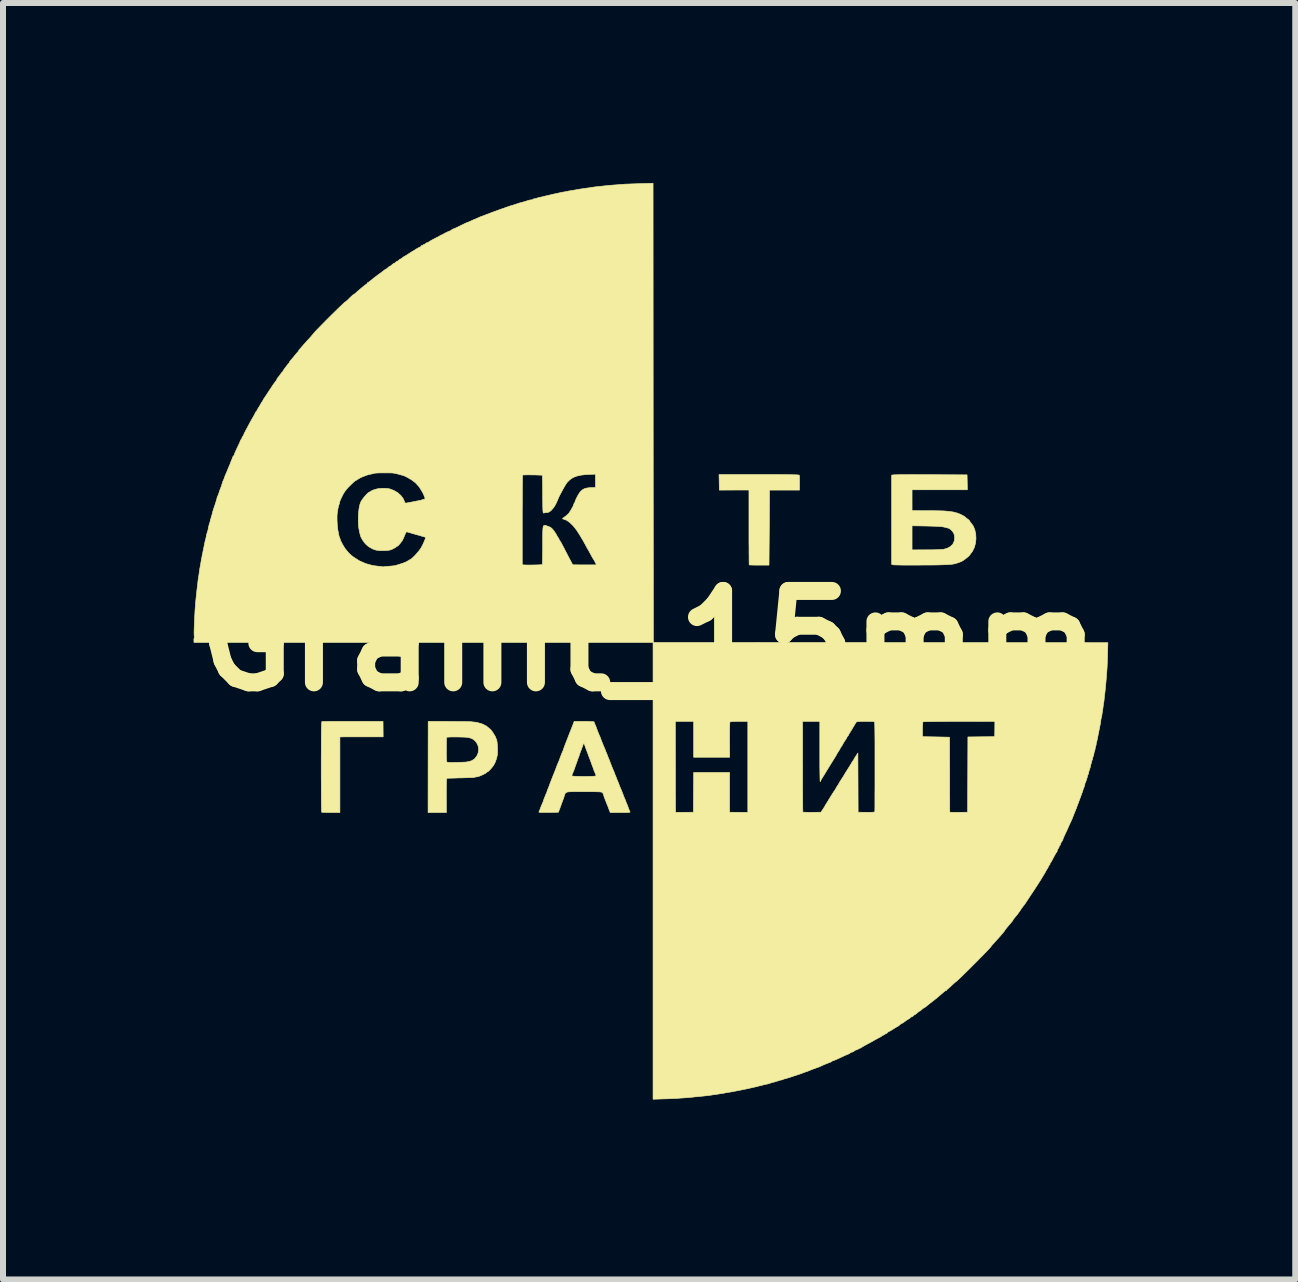
<source format=kicad_pcb>
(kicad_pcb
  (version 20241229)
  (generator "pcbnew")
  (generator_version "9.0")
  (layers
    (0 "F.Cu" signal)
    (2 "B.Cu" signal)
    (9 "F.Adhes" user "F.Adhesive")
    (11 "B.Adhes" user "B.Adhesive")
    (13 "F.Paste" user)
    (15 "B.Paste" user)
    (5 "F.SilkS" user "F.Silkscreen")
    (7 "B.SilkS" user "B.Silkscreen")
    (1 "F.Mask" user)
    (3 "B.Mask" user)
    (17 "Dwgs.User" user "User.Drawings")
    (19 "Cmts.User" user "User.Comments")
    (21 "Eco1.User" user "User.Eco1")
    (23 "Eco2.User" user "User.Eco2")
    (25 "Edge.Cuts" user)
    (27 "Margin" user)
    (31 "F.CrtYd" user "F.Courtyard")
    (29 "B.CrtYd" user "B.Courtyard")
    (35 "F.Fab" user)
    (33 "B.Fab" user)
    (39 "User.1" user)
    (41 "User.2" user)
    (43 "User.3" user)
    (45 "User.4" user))
  (footprint "Granit_15mm"
    (layer "F.Cu")
    (at 7.772 7.637)
    (property "Reference" "Granit_15mm" (at 0 0 0) (layer "F.SilkS") (effects (font (size 1.524 1.524) (thickness 0.3))))
    (attr through_hole)
    (fp_poly (pts (xy -3.791 -6.59) (xy -3.796 -6.585) (xy -3.801 -6.59) (xy -3.796 -6.595) (xy -3.791 -6.59)) (stroke (width 0.01) (type solid)) (fill yes) (layer "F.SilkS"))
    (fp_poly (pts (xy 4.958 5.828) (xy 4.953 5.833) (xy 4.948 5.828) (xy 4.953 5.823) (xy 4.958 5.828)) (stroke (width 0.01) (type solid)) (fill yes) (layer "F.SilkS"))
    (fp_poly (pts (xy 1.967 -2.775) (xy 2.082 -2.775) (xy 2.181 -2.775) (xy 2.265 -2.774) (xy 2.334 -2.773) (xy 2.389 -2.772) (xy 2.433 -2.771) (xy 2.465 -2.77) (xy 2.487 -2.768) (xy 2.499 -2.766) (xy 2.504 -2.764) (xy 2.504 -2.763) (xy 2.506 -2.75) (xy 2.507 -2.722) (xy 2.507 -2.683) (xy 2.508 -2.637) (xy 2.508 -2.634) (xy 2.507 -2.516) (xy 2.008 -2.516) (xy 2.004 -1.891) (xy 1.999 -1.265) (xy 1.836 -1.265) (xy 1.783 -1.265) (xy 1.736 -1.266) (xy 1.7 -1.267) (xy 1.676 -1.268) (xy 1.669 -1.269) (xy 1.668 -1.279) (xy 1.668 -1.306) (xy 1.667 -1.349) (xy 1.667 -1.406) (xy 1.666 -1.475) (xy 1.666 -1.556) (xy 1.665 -1.646) (xy 1.665 -1.743) (xy 1.665 -1.848) (xy 1.665 -1.895) (xy 1.665 -2.517) (xy 1.418 -2.517) (xy 1.171 -2.516) (xy 1.169 -2.646) (xy 1.166 -2.775) (xy 1.833 -2.775) (xy 1.967 -2.775)) (stroke (width 0.01) (type solid)) (fill yes) (layer "F.SilkS"))
    (fp_poly (pts (xy -4.939 1.34) (xy -4.436 1.341) (xy -4.435 1.469) (xy -4.434 1.598) (xy -4.769 1.598) (xy -4.847 1.598) (xy -4.921 1.598) (xy -4.987 1.598) (xy -5.043 1.598) (xy -5.087 1.598) (xy -5.117 1.599) (xy -5.129 1.599) (xy -5.155 1.599) (xy -5.155 2.86) (xy -5.304 2.86) (xy -5.355 2.859) (xy -5.4 2.858) (xy -5.434 2.857) (xy -5.455 2.855) (xy -5.459 2.854) (xy -5.46 2.843) (xy -5.461 2.816) (xy -5.462 2.772) (xy -5.463 2.714) (xy -5.464 2.643) (xy -5.464 2.56) (xy -5.465 2.467) (xy -5.465 2.365) (xy -5.466 2.256) (xy -5.466 2.141) (xy -5.466 2.097) (xy -5.466 1.955) (xy -5.465 1.831) (xy -5.465 1.724) (xy -5.465 1.632) (xy -5.464 1.555) (xy -5.463 1.492) (xy -5.462 1.442) (xy -5.461 1.403) (xy -5.459 1.375) (xy -5.458 1.356) (xy -5.456 1.346) (xy -5.454 1.343) (xy -5.443 1.343) (xy -5.414 1.342) (xy -5.37 1.341) (xy -5.313 1.341) (xy -5.244 1.34) (xy -5.165 1.34) (xy -5.078 1.34) (xy -4.985 1.34) (xy -4.939 1.34)) (stroke (width 0.01) (type solid)) (fill yes) (layer "F.SilkS"))
    (fp_poly (pts (xy -3.373 1.341) (xy -3.293 1.342) (xy -3.217 1.342) (xy -3.145 1.343) (xy -3.081 1.343) (xy -3.029 1.344) (xy -2.991 1.345) (xy -2.979 1.345) (xy -2.878 1.356) (xy -2.79 1.38) (xy -2.714 1.417) (xy -2.651 1.469) (xy -2.633 1.488) (xy -2.614 1.512) (xy -2.601 1.531) (xy -2.597 1.538) (xy -2.59 1.553) (xy -2.583 1.562) (xy -2.569 1.583) (xy -2.558 1.608) (xy -2.555 1.618) (xy -2.55 1.629) (xy -2.548 1.632) (xy -2.54 1.653) (xy -2.534 1.689) (xy -2.53 1.734) (xy -2.527 1.784) (xy -2.527 1.835) (xy -2.529 1.881) (xy -2.532 1.911) (xy -2.546 1.967) (xy -2.567 2.024) (xy -2.593 2.074) (xy -2.606 2.091) (xy -2.635 2.127) (xy -2.662 2.156) (xy -2.684 2.176) (xy -2.696 2.183) (xy -2.708 2.187) (xy -2.709 2.191) (xy -2.717 2.199) (xy -2.739 2.212) (xy -2.768 2.227) (xy -2.801 2.242) (xy -2.834 2.255) (xy -2.86 2.263) (xy -2.865 2.263) (xy -2.894 2.268) (xy -2.918 2.273) (xy -2.921 2.274) (xy -2.936 2.275) (xy -2.966 2.277) (xy -3.009 2.278) (xy -3.062 2.28) (xy -3.123 2.282) (xy -3.151 2.282) (xy -3.213 2.284) (xy -3.268 2.286) (xy -3.315 2.287) (xy -3.349 2.288) (xy -3.369 2.29) (xy -3.373 2.29) (xy -3.375 2.3) (xy -3.378 2.329) (xy -3.379 2.374) (xy -3.381 2.437) (xy -3.381 2.515) (xy -3.381 2.576) (xy -3.38 2.86) (xy -3.685 2.86) (xy -3.684 1.887) (xy -3.381 1.887) (xy -3.379 1.947) (xy -3.377 1.989) (xy -3.374 2.012) (xy -3.372 2.017) (xy -3.358 2.022) (xy -3.331 2.025) (xy -3.297 2.026) (xy -3.297 2.026) (xy -3.258 2.025) (xy -3.209 2.024) (xy -3.157 2.023) (xy -3.128 2.022) (xy -3.058 2.019) (xy -3.003 2.01) (xy -2.96 1.997) (xy -2.925 1.976) (xy -2.908 1.963) (xy -2.871 1.916) (xy -2.849 1.863) (xy -2.842 1.807) (xy -2.85 1.751) (xy -2.874 1.699) (xy -2.904 1.662) (xy -2.928 1.642) (xy -2.954 1.627) (xy -2.985 1.616) (xy -3.024 1.608) (xy -3.073 1.603) (xy -3.135 1.601) (xy -3.201 1.6) (xy -3.257 1.6) (xy -3.305 1.6) (xy -3.343 1.602) (xy -3.368 1.604) (xy -3.378 1.606) (xy -3.378 1.606) (xy -3.378 1.617) (xy -3.379 1.644) (xy -3.379 1.685) (xy -3.38 1.735) (xy -3.38 1.792) (xy -3.38 1.81) (xy -3.381 1.887) (xy -3.684 1.887) (xy -3.683 1.341) (xy -3.373 1.341)) (stroke (width 0.01) (type solid)) (fill yes) (layer "F.SilkS"))
    (fp_poly (pts (xy 4.448 -2.774) (xy 4.562 -2.773) (xy 4.673 -2.773) (xy 5.301 -2.77) (xy 5.304 -2.646) (xy 5.306 -2.521) (xy 4.384 -2.521) (xy 4.384 -2.173) (xy 4.621 -2.172) (xy 4.689 -2.172) (xy 4.752 -2.172) (xy 4.809 -2.171) (xy 4.855 -2.17) (xy 4.888 -2.169) (xy 4.901 -2.169) (xy 4.942 -2.166) (xy 4.985 -2.162) (xy 5.026 -2.157) (xy 5.06 -2.152) (xy 5.084 -2.148) (xy 5.094 -2.145) (xy 5.094 -2.145) (xy 5.102 -2.142) (xy 5.11 -2.14) (xy 5.142 -2.132) (xy 5.178 -2.117) (xy 5.215 -2.1) (xy 5.248 -2.082) (xy 5.273 -2.065) (xy 5.286 -2.052) (xy 5.287 -2.049) (xy 5.294 -2.042) (xy 5.297 -2.041) (xy 5.31 -2.035) (xy 5.328 -2.02) (xy 5.33 -2.018) (xy 5.344 -2.003) (xy 5.349 -1.995) (xy 5.348 -1.994) (xy 5.35 -1.988) (xy 5.362 -1.974) (xy 5.367 -1.968) (xy 5.405 -1.916) (xy 5.431 -1.852) (xy 5.446 -1.781) (xy 5.45 -1.706) (xy 5.442 -1.631) (xy 5.423 -1.561) (xy 5.393 -1.498) (xy 5.377 -1.476) (xy 5.358 -1.451) (xy 5.343 -1.431) (xy 5.328 -1.413) (xy 5.301 -1.391) (xy 5.269 -1.366) (xy 5.237 -1.343) (xy 5.215 -1.33) (xy 5.19 -1.319) (xy 5.155 -1.306) (xy 5.118 -1.294) (xy 5.086 -1.286) (xy 5.079 -1.284) (xy 5.051 -1.28) (xy 5.018 -1.277) (xy 4.979 -1.274) (xy 4.931 -1.272) (xy 4.874 -1.27) (xy 4.804 -1.268) (xy 4.721 -1.267) (xy 4.623 -1.267) (xy 4.508 -1.266) (xy 4.485 -1.266) (xy 4.382 -1.266) (xy 4.296 -1.266) (xy 4.225 -1.266) (xy 4.169 -1.267) (xy 4.126 -1.268) (xy 4.093 -1.269) (xy 4.07 -1.27) (xy 4.056 -1.273) (xy 4.048 -1.275) (xy 4.045 -1.278) (xy 4.044 -1.279) (xy 4.044 -1.291) (xy 4.044 -1.32) (xy 4.044 -1.364) (xy 4.044 -1.421) (xy 4.044 -1.49) (xy 4.044 -1.519) (xy 4.384 -1.519) (xy 4.621 -1.52) (xy 4.689 -1.52) (xy 4.753 -1.521) (xy 4.811 -1.523) (xy 4.858 -1.525) (xy 4.892 -1.527) (xy 4.906 -1.528) (xy 4.966 -1.544) (xy 5.018 -1.571) (xy 5.058 -1.607) (xy 5.067 -1.62) (xy 5.089 -1.67) (xy 5.095 -1.725) (xy 5.086 -1.778) (xy 5.081 -1.792) (xy 5.062 -1.823) (xy 5.037 -1.851) (xy 5.012 -1.872) (xy 4.995 -1.88) (xy 4.98 -1.884) (xy 4.953 -1.891) (xy 4.93 -1.897) (xy 4.906 -1.902) (xy 4.872 -1.907) (xy 4.827 -1.91) (xy 4.769 -1.913) (xy 4.696 -1.915) (xy 4.631 -1.917) (xy 4.384 -1.921) (xy 4.384 -1.519) (xy 4.044 -1.519) (xy 4.044 -1.57) (xy 4.044 -1.657) (xy 4.044 -1.751) (xy 4.044 -1.85) (xy 4.044 -1.951) (xy 4.044 -2.054) (xy 4.044 -2.156) (xy 4.044 -2.256) (xy 4.044 -2.352) (xy 4.044 -2.442) (xy 4.044 -2.524) (xy 4.044 -2.597) (xy 4.044 -2.659) (xy 4.044 -2.709) (xy 4.044 -2.743) (xy 4.044 -2.761) (xy 4.044 -2.763) (xy 4.048 -2.766) (xy 4.059 -2.768) (xy 4.079 -2.77) (xy 4.109 -2.771) (xy 4.151 -2.772) (xy 4.204 -2.773) (xy 4.27 -2.773) (xy 4.352 -2.774) (xy 4.448 -2.774)) (stroke (width 0.01) (type solid)) (fill yes) (layer "F.SilkS"))
    (fp_poly (pts (xy -1.083 1.34) (xy -1.02 1.341) (xy -0.971 1.343) (xy -0.937 1.345) (xy -0.919 1.348) (xy -0.917 1.35) (xy -0.913 1.364) (xy -0.904 1.387) (xy -0.899 1.397) (xy -0.888 1.422) (xy -0.881 1.441) (xy -0.88 1.444) (xy -0.875 1.46) (xy -0.865 1.485) (xy -0.854 1.514) (xy -0.85 1.524) (xy -0.844 1.539) (xy -0.842 1.543) (xy -0.838 1.554) (xy -0.829 1.575) (xy -0.824 1.585) (xy -0.813 1.61) (xy -0.806 1.629) (xy -0.805 1.632) (xy -0.8 1.648) (xy -0.79 1.674) (xy -0.778 1.703) (xy -0.774 1.712) (xy -0.768 1.727) (xy -0.767 1.731) (xy -0.763 1.742) (xy -0.753 1.763) (xy -0.749 1.773) (xy -0.738 1.799) (xy -0.731 1.817) (xy -0.73 1.82) (xy -0.725 1.834) (xy -0.715 1.858) (xy -0.711 1.867) (xy -0.7 1.893) (xy -0.693 1.911) (xy -0.692 1.914) (xy -0.687 1.928) (xy -0.678 1.952) (xy -0.673 1.961) (xy -0.663 1.987) (xy -0.656 2.005) (xy -0.654 2.008) (xy -0.649 2.024) (xy -0.639 2.05) (xy -0.628 2.079) (xy -0.624 2.088) (xy -0.618 2.104) (xy -0.616 2.107) (xy -0.612 2.118) (xy -0.603 2.139) (xy -0.598 2.15) (xy -0.587 2.175) (xy -0.58 2.193) (xy -0.579 2.197) (xy -0.574 2.211) (xy -0.565 2.234) (xy -0.561 2.244) (xy -0.55 2.269) (xy -0.543 2.287) (xy -0.542 2.291) (xy -0.537 2.305) (xy -0.527 2.328) (xy -0.523 2.338) (xy -0.512 2.363) (xy -0.505 2.381) (xy -0.504 2.385) (xy -0.499 2.399) (xy -0.49 2.423) (xy -0.475 2.459) (xy -0.47 2.469) (xy -0.454 2.508) (xy -0.441 2.542) (xy -0.431 2.566) (xy -0.428 2.578) (xy -0.424 2.588) (xy -0.415 2.61) (xy -0.41 2.62) (xy -0.399 2.645) (xy -0.392 2.663) (xy -0.391 2.667) (xy -0.386 2.681) (xy -0.377 2.704) (xy -0.372 2.714) (xy -0.362 2.739) (xy -0.354 2.758) (xy -0.353 2.761) (xy -0.346 2.784) (xy -0.334 2.814) (xy -0.322 2.839) (xy -0.32 2.843) (xy -0.317 2.849) (xy -0.32 2.854) (xy -0.33 2.856) (xy -0.349 2.858) (xy -0.38 2.859) (xy -0.426 2.86) (xy -0.479 2.86) (xy -0.647 2.86) (xy -0.66 2.829) (xy -0.668 2.808) (xy -0.673 2.795) (xy -0.673 2.794) (xy -0.677 2.783) (xy -0.686 2.76) (xy -0.696 2.734) (xy -0.703 2.719) (xy -0.709 2.704) (xy -0.71 2.7) (xy -0.715 2.688) (xy -0.718 2.681) (xy -0.727 2.657) (xy -0.739 2.627) (xy -0.75 2.596) (xy -0.758 2.57) (xy -0.763 2.554) (xy -0.763 2.552) (xy -0.769 2.54) (xy -0.778 2.528) (xy -0.784 2.524) (xy -0.792 2.52) (xy -0.806 2.517) (xy -0.827 2.515) (xy -0.857 2.514) (xy -0.898 2.513) (xy -0.953 2.512) (xy -1.022 2.512) (xy -1.088 2.512) (xy -1.171 2.512) (xy -1.237 2.511) (xy -1.289 2.512) (xy -1.328 2.514) (xy -1.357 2.517) (xy -1.377 2.523) (xy -1.39 2.532) (xy -1.4 2.544) (xy -1.407 2.561) (xy -1.414 2.582) (xy -1.421 2.607) (xy -1.433 2.641) (xy -1.445 2.672) (xy -1.452 2.691) (xy -1.46 2.712) (xy -1.464 2.723) (xy -1.468 2.736) (xy -1.478 2.762) (xy -1.489 2.794) (xy -1.49 2.794) (xy -1.512 2.855) (xy -1.68 2.858) (xy -1.741 2.858) (xy -1.785 2.858) (xy -1.815 2.857) (xy -1.832 2.855) (xy -1.838 2.852) (xy -1.837 2.848) (xy -1.828 2.832) (xy -1.818 2.806) (xy -1.816 2.799) (xy -1.804 2.767) (xy -1.789 2.731) (xy -1.784 2.719) (xy -1.773 2.694) (xy -1.765 2.676) (xy -1.764 2.672) (xy -1.76 2.658) (xy -1.751 2.632) (xy -1.739 2.602) (xy -1.727 2.571) (xy -1.717 2.548) (xy -1.712 2.538) (xy -1.704 2.52) (xy -1.703 2.513) (xy -1.699 2.5) (xy -1.691 2.477) (xy -1.687 2.468) (xy -1.677 2.445) (xy -1.671 2.429) (xy -1.67 2.427) (xy -1.667 2.417) (xy -1.658 2.394) (xy -1.646 2.361) (xy -1.631 2.323) (xy -1.616 2.284) (xy -1.601 2.247) (xy -1.601 2.246) (xy -1.289 2.246) (xy -1.284 2.25) (xy -1.27 2.253) (xy -1.244 2.255) (xy -1.205 2.257) (xy -1.15 2.258) (xy -1.087 2.258) (xy -1.016 2.258) (xy -0.963 2.257) (xy -0.926 2.255) (xy -0.901 2.253) (xy -0.888 2.25) (xy -0.885 2.246) (xy -0.888 2.231) (xy -0.898 2.206) (xy -0.904 2.192) (xy -0.915 2.167) (xy -0.922 2.149) (xy -0.924 2.145) (xy -0.925 2.139) (xy -0.928 2.129) (xy -0.935 2.11) (xy -0.947 2.078) (xy -0.952 2.065) (xy -0.963 2.035) (xy -0.971 2.013) (xy -0.974 2.004) (xy -0.978 1.992) (xy -0.981 1.985) (xy -0.987 1.969) (xy -0.997 1.943) (xy -1.009 1.913) (xy -1.019 1.884) (xy -1.027 1.862) (xy -1.031 1.853) (xy -1.035 1.842) (xy -1.038 1.834) (xy -1.044 1.819) (xy -1.054 1.791) (xy -1.066 1.758) (xy -1.066 1.756) (xy -1.078 1.724) (xy -1.086 1.707) (xy -1.091 1.705) (xy -1.096 1.713) (xy -1.096 1.714) (xy -1.102 1.732) (xy -1.104 1.74) (xy -1.11 1.755) (xy -1.12 1.782) (xy -1.131 1.813) (xy -1.143 1.842) (xy -1.151 1.865) (xy -1.154 1.872) (xy -1.161 1.893) (xy -1.163 1.899) (xy -1.168 1.918) (xy -1.172 1.927) (xy -1.179 1.946) (xy -1.182 1.952) (xy -1.186 1.965) (xy -1.195 1.99) (xy -1.207 2.025) (xy -1.213 2.041) (xy -1.229 2.085) (xy -1.24 2.115) (xy -1.246 2.133) (xy -1.249 2.142) (xy -1.25 2.146) (xy -1.25 2.147) (xy -1.25 2.147) (xy -1.254 2.156) (xy -1.263 2.177) (xy -1.269 2.192) (xy -1.281 2.219) (xy -1.288 2.24) (xy -1.289 2.246) (xy -1.601 2.246) (xy -1.589 2.217) (xy -1.585 2.206) (xy -1.578 2.189) (xy -1.576 2.183) (xy -1.571 2.171) (xy -1.57 2.168) (xy -1.563 2.154) (xy -1.555 2.13) (xy -1.552 2.122) (xy -1.54 2.09) (xy -1.526 2.053) (xy -1.521 2.042) (xy -1.509 2.016) (xy -1.502 1.999) (xy -1.501 1.994) (xy -1.496 1.982) (xy -1.487 1.957) (xy -1.475 1.925) (xy -1.463 1.893) (xy -1.451 1.864) (xy -1.444 1.847) (xy -1.434 1.826) (xy -1.43 1.813) (xy -1.43 1.812) (xy -1.427 1.801) (xy -1.419 1.781) (xy -1.41 1.759) (xy -1.406 1.745) (xy -1.402 1.734) (xy -1.392 1.708) (xy -1.377 1.671) (xy -1.36 1.626) (xy -1.348 1.595) (xy -1.327 1.541) (xy -1.306 1.489) (xy -1.288 1.443) (xy -1.275 1.408) (xy -1.27 1.397) (xy -1.249 1.34) (xy -1.083 1.34)) (stroke (width 0.01) (type solid)) (fill yes) (layer "F.SilkS"))
    (fp_poly (pts (xy 0.068 -3.804) (xy 0.071 0.024) (xy 3.786 0.025) (xy 4.051 0.026) (xy 4.31 0.026) (xy 4.565 0.026) (xy 4.813 0.026) (xy 5.056 0.026) (xy 5.291 0.026) (xy 5.518 0.026) (xy 5.737 0.026) (xy 5.947 0.027) (xy 6.148 0.027) (xy 6.338 0.027) (xy 6.517 0.027) (xy 6.684 0.027) (xy 6.839 0.027) (xy 6.981 0.027) (xy 7.11 0.027) (xy 7.224 0.027) (xy 7.324 0.027) (xy 7.408 0.028) (xy 7.476 0.028) (xy 7.527 0.028) (xy 7.56 0.028) (xy 7.575 0.028) (xy 7.575 0.028) (xy 7.649 0.028) (xy 7.644 0.214) (xy 7.642 0.277) (xy 7.64 0.338) (xy 7.638 0.393) (xy 7.636 0.439) (xy 7.634 0.468) (xy 7.631 0.511) (xy 7.627 0.555) (xy 7.625 0.586) (xy 7.621 0.636) (xy 7.616 0.696) (xy 7.61 0.759) (xy 7.604 0.82) (xy 7.598 0.872) (xy 7.595 0.894) (xy 7.591 0.929) (xy 7.588 0.962) (xy 7.587 0.969) (xy 7.584 1.001) (xy 7.579 1.03) (xy 7.574 1.058) (xy 7.57 1.092) (xy 7.569 1.101) (xy 7.565 1.131) (xy 7.561 1.156) (xy 7.56 1.162) (xy 7.557 1.182) (xy 7.552 1.212) (xy 7.55 1.227) (xy 7.546 1.255) (xy 7.541 1.275) (xy 7.54 1.28) (xy 7.536 1.293) (xy 7.532 1.317) (xy 7.531 1.328) (xy 7.527 1.359) (xy 7.522 1.387) (xy 7.521 1.392) (xy 7.515 1.421) (xy 7.512 1.439) (xy 7.506 1.468) (xy 7.502 1.486) (xy 7.497 1.516) (xy 7.493 1.533) (xy 7.487 1.563) (xy 7.484 1.58) (xy 7.477 1.611) (xy 7.47 1.647) (xy 7.466 1.67) (xy 7.46 1.687) (xy 7.459 1.689) (xy 7.455 1.706) (xy 7.455 1.712) (xy 7.453 1.73) (xy 7.446 1.756) (xy 7.445 1.762) (xy 7.438 1.784) (xy 7.436 1.796) (xy 7.437 1.797) (xy 7.436 1.805) (xy 7.431 1.824) (xy 7.427 1.834) (xy 7.42 1.857) (xy 7.417 1.871) (xy 7.418 1.872) (xy 7.417 1.88) (xy 7.411 1.901) (xy 7.404 1.924) (xy 7.395 1.951) (xy 7.391 1.97) (xy 7.391 1.976) (xy 7.391 1.981) (xy 7.385 1.99) (xy 7.378 2.001) (xy 7.379 2.004) (xy 7.379 2.012) (xy 7.374 2.031) (xy 7.371 2.041) (xy 7.363 2.064) (xy 7.361 2.078) (xy 7.361 2.079) (xy 7.36 2.087) (xy 7.354 2.109) (xy 7.344 2.139) (xy 7.342 2.145) (xy 7.332 2.176) (xy 7.326 2.2) (xy 7.325 2.21) (xy 7.325 2.211) (xy 7.325 2.216) (xy 7.321 2.223) (xy 7.312 2.237) (xy 7.31 2.241) (xy 7.309 2.251) (xy 7.307 2.261) (xy 7.305 2.27) (xy 7.298 2.294) (xy 7.295 2.303) (xy 7.287 2.327) (xy 7.284 2.337) (xy 7.276 2.359) (xy 7.271 2.368) (xy 7.264 2.378) (xy 7.266 2.38) (xy 7.266 2.388) (xy 7.261 2.408) (xy 7.252 2.436) (xy 7.241 2.465) (xy 7.237 2.474) (xy 7.23 2.495) (xy 7.229 2.501) (xy 7.223 2.52) (xy 7.219 2.529) (xy 7.212 2.546) (xy 7.21 2.552) (xy 7.206 2.564) (xy 7.202 2.576) (xy 7.201 2.578) (xy 7.197 2.591) (xy 7.197 2.592) (xy 7.192 2.603) (xy 7.187 2.618) (xy 7.184 2.625) (xy 7.178 2.641) (xy 7.168 2.667) (xy 7.157 2.697) (xy 7.146 2.726) (xy 7.138 2.747) (xy 7.135 2.756) (xy 7.131 2.768) (xy 7.123 2.79) (xy 7.112 2.815) (xy 7.105 2.832) (xy 7.099 2.847) (xy 7.098 2.85) (xy 7.093 2.863) (xy 7.084 2.885) (xy 7.075 2.909) (xy 7.068 2.926) (xy 7.062 2.941) (xy 7.06 2.945) (xy 7.053 2.964) (xy 7.039 2.996) (xy 7.02 3.037) (xy 7.012 3.053) (xy 6.999 3.082) (xy 6.989 3.104) (xy 6.985 3.114) (xy 6.981 3.124) (xy 6.971 3.147) (xy 6.956 3.177) (xy 6.953 3.184) (xy 6.928 3.238) (xy 6.91 3.277) (xy 6.901 3.301) (xy 6.898 3.314) (xy 6.898 3.315) (xy 6.894 3.324) (xy 6.885 3.336) (xy 6.866 3.366) (xy 6.858 3.394) (xy 6.851 3.406) (xy 6.842 3.417) (xy 6.833 3.43) (xy 6.834 3.434) (xy 6.835 3.44) (xy 6.828 3.45) (xy 6.815 3.469) (xy 6.806 3.489) (xy 6.804 3.502) (xy 6.804 3.503) (xy 6.801 3.512) (xy 6.794 3.521) (xy 6.783 3.537) (xy 6.767 3.564) (xy 6.745 3.604) (xy 6.716 3.66) (xy 6.71 3.671) (xy 6.698 3.691) (xy 6.688 3.702) (xy 6.683 3.713) (xy 6.684 3.716) (xy 6.682 3.727) (xy 6.674 3.735) (xy 6.663 3.748) (xy 6.66 3.755) (xy 6.656 3.767) (xy 6.644 3.789) (xy 6.635 3.803) (xy 6.62 3.827) (xy 6.611 3.843) (xy 6.609 3.848) (xy 6.604 3.858) (xy 6.592 3.878) (xy 6.585 3.89) (xy 6.568 3.917) (xy 6.554 3.941) (xy 6.55 3.947) (xy 6.523 3.992) (xy 6.493 4.038) (xy 6.46 4.09) (xy 6.42 4.151) (xy 6.383 4.207) (xy 6.352 4.253) (xy 6.324 4.296) (xy 6.301 4.331) (xy 6.285 4.355) (xy 6.278 4.366) (xy 6.264 4.387) (xy 6.25 4.405) (xy 6.231 4.429) (xy 6.213 4.453) (xy 6.19 4.488) (xy 6.174 4.512) (xy 6.161 4.529) (xy 6.15 4.545) (xy 6.148 4.548) (xy 6.13 4.571) (xy 6.107 4.598) (xy 6.099 4.608) (xy 6.081 4.63) (xy 6.07 4.646) (xy 6.068 4.651) (xy 6.062 4.662) (xy 6.047 4.682) (xy 6.032 4.699) (xy 5.994 4.744) (xy 5.962 4.782) (xy 5.939 4.811) (xy 5.928 4.829) (xy 5.927 4.831) (xy 5.917 4.845) (xy 5.896 4.871) (xy 5.864 4.908) (xy 5.823 4.955) (xy 5.773 5.009) (xy 5.766 5.017) (xy 5.738 5.048) (xy 5.714 5.076) (xy 5.699 5.096) (xy 5.694 5.102) (xy 5.685 5.113) (xy 5.665 5.135) (xy 5.635 5.167) (xy 5.596 5.207) (xy 5.552 5.253) (xy 5.502 5.303) (xy 5.45 5.356) (xy 5.396 5.41) (xy 5.342 5.464) (xy 5.29 5.515) (xy 5.242 5.562) (xy 5.199 5.604) (xy 5.163 5.638) (xy 5.136 5.664) (xy 5.119 5.679) (xy 5.114 5.682) (xy 5.105 5.688) (xy 5.086 5.705) (xy 5.059 5.729) (xy 5.041 5.746) (xy 5.012 5.773) (xy 4.986 5.796) (xy 4.968 5.81) (xy 4.963 5.814) (xy 4.95 5.822) (xy 4.928 5.839) (xy 4.902 5.861) (xy 4.847 5.908) (xy 4.804 5.945) (xy 4.77 5.973) (xy 4.741 5.996) (xy 4.716 6.015) (xy 4.709 6.021) (xy 4.676 6.046) (xy 4.643 6.072) (xy 4.629 6.084) (xy 4.607 6.102) (xy 4.59 6.113) (xy 4.585 6.115) (xy 4.574 6.121) (xy 4.555 6.136) (xy 4.547 6.143) (xy 4.527 6.16) (xy 4.512 6.17) (xy 4.509 6.171) (xy 4.498 6.177) (xy 4.48 6.192) (xy 4.471 6.2) (xy 4.451 6.217) (xy 4.436 6.227) (xy 4.433 6.228) (xy 4.421 6.234) (xy 4.407 6.247) (xy 4.391 6.261) (xy 4.379 6.265) (xy 4.364 6.272) (xy 4.355 6.28) (xy 4.336 6.297) (xy 4.323 6.304) (xy 4.305 6.314) (xy 4.279 6.332) (xy 4.262 6.345) (xy 4.237 6.363) (xy 4.217 6.375) (xy 4.209 6.378) (xy 4.196 6.384) (xy 4.181 6.398) (xy 4.16 6.416) (xy 4.144 6.426) (xy 4.133 6.432) (xy 4.12 6.438) (xy 4.102 6.449) (xy 4.076 6.466) (xy 4.047 6.484) (xy 4.023 6.499) (xy 4.004 6.508) (xy 3.999 6.51) (xy 3.988 6.516) (xy 3.975 6.529) (xy 3.958 6.543) (xy 3.946 6.548) (xy 3.931 6.554) (xy 3.923 6.562) (xy 3.91 6.571) (xy 3.904 6.571) (xy 3.893 6.574) (xy 3.885 6.581) (xy 3.869 6.594) (xy 3.844 6.608) (xy 3.839 6.611) (xy 3.811 6.625) (xy 3.777 6.644) (xy 3.758 6.654) (xy 3.728 6.672) (xy 3.688 6.694) (xy 3.645 6.717) (xy 3.631 6.724) (xy 3.595 6.744) (xy 3.563 6.762) (xy 3.541 6.776) (xy 3.535 6.78) (xy 3.522 6.789) (xy 3.518 6.787) (xy 3.513 6.787) (xy 3.502 6.794) (xy 3.482 6.807) (xy 3.462 6.816) (xy 3.449 6.818) (xy 3.449 6.818) (xy 3.44 6.821) (xy 3.428 6.831) (xy 3.408 6.844) (xy 3.387 6.854) (xy 3.374 6.856) (xy 3.373 6.855) (xy 3.365 6.859) (xy 3.352 6.869) (xy 3.329 6.884) (xy 3.311 6.891) (xy 3.294 6.898) (xy 3.263 6.911) (xy 3.225 6.929) (xy 3.189 6.946) (xy 3.148 6.965) (xy 3.112 6.981) (xy 3.085 6.992) (xy 3.072 6.996) (xy 3.05 7.005) (xy 3.037 7.015) (xy 3.024 7.024) (xy 3.02 7.023) (xy 3.014 7.021) (xy 3.008 7.025) (xy 2.992 7.034) (xy 2.966 7.044) (xy 2.961 7.046) (xy 2.932 7.057) (xy 2.897 7.072) (xy 2.881 7.08) (xy 2.855 7.092) (xy 2.836 7.101) (xy 2.83 7.103) (xy 2.817 7.106) (xy 2.797 7.114) (xy 2.776 7.122) (xy 2.763 7.126) (xy 2.752 7.131) (xy 2.74 7.135) (xy 2.726 7.14) (xy 2.703 7.149) (xy 2.676 7.16) (xy 2.662 7.166) (xy 2.646 7.172) (xy 2.641 7.174) (xy 2.629 7.178) (xy 2.617 7.182) (xy 2.615 7.183) (xy 2.602 7.187) (xy 2.601 7.187) (xy 2.589 7.192) (xy 2.575 7.197) (xy 2.568 7.2) (xy 2.549 7.207) (xy 2.519 7.218) (xy 2.479 7.231) (xy 2.435 7.246) (xy 2.388 7.261) (xy 2.344 7.276) (xy 2.304 7.288) (xy 2.273 7.297) (xy 2.253 7.302) (xy 2.248 7.303) (xy 2.243 7.304) (xy 2.234 7.31) (xy 2.223 7.317) (xy 2.22 7.316) (xy 2.212 7.316) (xy 2.191 7.321) (xy 2.168 7.328) (xy 2.141 7.337) (xy 2.122 7.341) (xy 2.117 7.341) (xy 2.111 7.341) (xy 2.103 7.347) (xy 2.091 7.354) (xy 2.088 7.354) (xy 2.08 7.353) (xy 2.06 7.359) (xy 2.039 7.365) (xy 2.011 7.375) (xy 1.99 7.382) (xy 1.983 7.383) (xy 1.973 7.386) (xy 1.963 7.388) (xy 1.947 7.391) (xy 1.914 7.398) (xy 1.898 7.402) (xy 1.896 7.404) (xy 1.888 7.406) (xy 1.872 7.41) (xy 1.839 7.417) (xy 1.823 7.421) (xy 1.82 7.422) (xy 1.816 7.424) (xy 1.802 7.428) (xy 1.773 7.434) (xy 1.769 7.435) (xy 1.745 7.44) (xy 1.714 7.447) (xy 1.698 7.451) (xy 1.657 7.46) (xy 1.626 7.467) (xy 1.597 7.473) (xy 1.59 7.474) (xy 1.561 7.48) (xy 1.543 7.484) (xy 1.514 7.49) (xy 1.496 7.493) (xy 1.446 7.503) (xy 1.409 7.51) (xy 1.402 7.512) (xy 1.377 7.517) (xy 1.345 7.521) (xy 1.341 7.522) (xy 1.31 7.526) (xy 1.283 7.531) (xy 1.279 7.532) (xy 1.252 7.538) (xy 1.228 7.542) (xy 1.198 7.546) (xy 1.176 7.55) (xy 1.151 7.554) (xy 1.12 7.559) (xy 1.115 7.56) (xy 1.08 7.564) (xy 1.047 7.569) (xy 1.044 7.57) (xy 0.989 7.577) (xy 0.923 7.585) (xy 0.853 7.592) (xy 0.804 7.597) (xy 0.765 7.6) (xy 0.725 7.605) (xy 0.706 7.607) (xy 0.673 7.61) (xy 0.632 7.614) (xy 0.597 7.616) (xy 0.553 7.619) (xy 0.506 7.622) (xy 0.475 7.625) (xy 0.447 7.626) (xy 0.405 7.628) (xy 0.352 7.63) (xy 0.294 7.633) (xy 0.242 7.634) (xy 0.066 7.64) (xy 0.066 1.34) (xy 0.437 1.34) (xy 0.439 2.098) (xy 0.439 2.215) (xy 0.439 2.327) (xy 0.439 2.432) (xy 0.439 2.529) (xy 0.44 2.616) (xy 0.44 2.692) (xy 0.44 2.755) (xy 0.44 2.804) (xy 0.441 2.837) (xy 0.441 2.854) (xy 0.441 2.856) (xy 0.45 2.856) (xy 0.475 2.856) (xy 0.512 2.856) (xy 0.559 2.856) (xy 0.59 2.856) (xy 0.738 2.855) (xy 0.743 2.192) (xy 1.342 2.192) (xy 1.342 2.855) (xy 1.494 2.856) (xy 1.646 2.857) (xy 1.646 1.34) (xy 2.559 1.34) (xy 2.559 2.094) (xy 2.559 2.211) (xy 2.559 2.323) (xy 2.559 2.428) (xy 2.56 2.525) (xy 2.56 2.612) (xy 2.561 2.687) (xy 2.561 2.751) (xy 2.562 2.8) (xy 2.563 2.834) (xy 2.563 2.851) (xy 2.564 2.852) (xy 2.574 2.854) (xy 2.601 2.855) (xy 2.639 2.856) (xy 2.686 2.856) (xy 2.716 2.856) (xy 2.864 2.855) (xy 2.89 2.818) (xy 2.908 2.791) (xy 2.922 2.768) (xy 2.926 2.761) (xy 2.938 2.739) (xy 2.952 2.717) (xy 2.964 2.697) (xy 2.983 2.667) (xy 3.004 2.632) (xy 3.009 2.624) (xy 3.046 2.564) (xy 3.075 2.519) (xy 3.096 2.488) (xy 3.104 2.477) (xy 3.113 2.463) (xy 3.114 2.459) (xy 3.119 2.449) (xy 3.131 2.428) (xy 3.142 2.412) (xy 3.158 2.387) (xy 3.168 2.37) (xy 3.17 2.365) (xy 3.175 2.356) (xy 3.188 2.335) (xy 3.207 2.306) (xy 3.217 2.29) (xy 3.238 2.258) (xy 3.254 2.232) (xy 3.263 2.217) (xy 3.264 2.214) (xy 3.269 2.205) (xy 3.282 2.184) (xy 3.301 2.155) (xy 3.309 2.142) (xy 3.332 2.106) (xy 3.353 2.072) (xy 3.369 2.046) (xy 3.371 2.041) (xy 3.386 2.016) (xy 3.4 1.996) (xy 3.402 1.994) (xy 3.412 1.979) (xy 3.415 1.973) (xy 3.42 1.963) (xy 3.432 1.942) (xy 3.448 1.918) (xy 3.481 1.868) (xy 3.483 2.362) (xy 3.485 2.855) (xy 3.624 2.856) (xy 3.685 2.856) (xy 3.727 2.855) (xy 3.753 2.852) (xy 3.764 2.848) (xy 3.764 2.847) (xy 3.764 2.836) (xy 3.764 2.808) (xy 3.765 2.764) (xy 3.765 2.705) (xy 3.765 2.633) (xy 3.765 2.55) (xy 3.766 2.457) (xy 3.766 2.355) (xy 3.766 2.245) (xy 3.766 2.13) (xy 3.766 2.095) (xy 3.766 1.942) (xy 3.766 1.805) (xy 3.766 1.686) (xy 3.765 1.585) (xy 3.764 1.501) (xy 3.764 1.474) (xy 4.558 1.474) (xy 4.558 1.595) (xy 4.784 1.599) (xy 5.009 1.604) (xy 5.011 2.227) (xy 5.011 2.334) (xy 5.011 2.435) (xy 5.011 2.528) (xy 5.012 2.613) (xy 5.012 2.688) (xy 5.012 2.75) (xy 5.012 2.8) (xy 5.013 2.834) (xy 5.013 2.852) (xy 5.013 2.854) (xy 5.022 2.855) (xy 5.047 2.856) (xy 5.084 2.856) (xy 5.131 2.856) (xy 5.162 2.856) (xy 5.31 2.855) (xy 5.313 2.227) (xy 5.315 1.6) (xy 5.539 1.597) (xy 5.762 1.595) (xy 5.764 1.468) (xy 5.765 1.34) (xy 5.171 1.341) (xy 5.067 1.341) (xy 4.968 1.341) (xy 4.877 1.342) (xy 4.794 1.342) (xy 4.722 1.343) (xy 4.661 1.344) (xy 4.614 1.345) (xy 4.583 1.346) (xy 4.568 1.347) (xy 4.567 1.347) (xy 4.563 1.358) (xy 4.561 1.386) (xy 4.559 1.426) (xy 4.558 1.474) (xy 3.764 1.474) (xy 3.763 1.435) (xy 3.762 1.387) (xy 3.76 1.357) (xy 3.758 1.346) (xy 3.758 1.346) (xy 3.746 1.344) (xy 3.718 1.342) (xy 3.679 1.341) (xy 3.631 1.34) (xy 3.604 1.34) (xy 3.549 1.34) (xy 3.509 1.341) (xy 3.483 1.343) (xy 3.466 1.346) (xy 3.456 1.351) (xy 3.45 1.357) (xy 3.449 1.359) (xy 3.437 1.379) (xy 3.421 1.406) (xy 3.415 1.416) (xy 3.397 1.445) (xy 3.382 1.472) (xy 3.378 1.479) (xy 3.366 1.497) (xy 3.356 1.505) (xy 3.356 1.505) (xy 3.352 1.511) (xy 3.353 1.514) (xy 3.351 1.526) (xy 3.344 1.533) (xy 3.332 1.549) (xy 3.33 1.556) (xy 3.324 1.571) (xy 3.311 1.588) (xy 3.299 1.602) (xy 3.297 1.609) (xy 3.297 1.609) (xy 3.295 1.616) (xy 3.284 1.634) (xy 3.269 1.656) (xy 3.252 1.681) (xy 3.24 1.701) (xy 3.236 1.708) (xy 3.231 1.719) (xy 3.219 1.739) (xy 3.208 1.756) (xy 3.192 1.78) (xy 3.182 1.798) (xy 3.18 1.803) (xy 3.175 1.813) (xy 3.162 1.833) (xy 3.151 1.85) (xy 3.136 1.874) (xy 3.125 1.891) (xy 3.123 1.897) (xy 3.119 1.906) (xy 3.106 1.928) (xy 3.088 1.956) (xy 3.083 1.965) (xy 3.063 1.997) (xy 3.045 2.026) (xy 3.033 2.044) (xy 3.032 2.046) (xy 3.022 2.063) (xy 3.005 2.09) (xy 2.985 2.124) (xy 2.977 2.135) (xy 2.956 2.17) (xy 2.938 2.2) (xy 2.925 2.221) (xy 2.923 2.225) (xy 2.911 2.244) (xy 2.894 2.271) (xy 2.886 2.284) (xy 2.871 2.309) (xy 2.862 2.327) (xy 2.86 2.333) (xy 2.853 2.345) (xy 2.853 2.346) (xy 2.851 2.337) (xy 2.85 2.312) (xy 2.849 2.271) (xy 2.848 2.217) (xy 2.847 2.15) (xy 2.846 2.073) (xy 2.846 1.988) (xy 2.846 1.895) (xy 2.846 1.845) (xy 2.846 1.34) (xy 2.559 1.34) (xy 1.646 1.34) (xy 1.646 1.34) (xy 1.499 1.34) (xy 1.443 1.341) (xy 1.403 1.342) (xy 1.376 1.343) (xy 1.359 1.346) (xy 1.35 1.351) (xy 1.346 1.357) (xy 1.345 1.37) (xy 1.344 1.399) (xy 1.343 1.443) (xy 1.342 1.498) (xy 1.342 1.561) (xy 1.341 1.631) (xy 1.342 1.655) (xy 1.343 1.938) (xy 0.743 1.938) (xy 0.743 1.34) (xy 0.437 1.34) (xy 0.066 1.34) (xy 0.066 0.024) (xy -3.761 0.024) (xy -7.588 0.024) (xy -7.589 -0.016) (xy -7.588 -0.042) (xy -7.583 -0.051) (xy -7.579 -0.05) (xy -7.573 -0.048) (xy -7.578 -0.057) (xy -7.583 -0.073) (xy -7.585 -0.101) (xy -7.586 -0.137) (xy -7.586 -0.141) (xy -7.585 -0.188) (xy -7.583 -0.244) (xy -7.58 -0.305) (xy -7.578 -0.368) (xy -7.575 -0.427) (xy -7.572 -0.48) (xy -7.57 -0.521) (xy -7.568 -0.541) (xy -7.565 -0.578) (xy -7.562 -0.622) (xy -7.56 -0.644) (xy -7.554 -0.707) (xy -7.546 -0.782) (xy -7.537 -0.863) (xy -7.53 -0.922) (xy -7.525 -0.959) (xy -7.522 -0.995) (xy -7.521 -1.002) (xy -7.517 -1.033) (xy -7.513 -1.06) (xy -7.512 -1.063) (xy -7.508 -1.087) (xy -7.503 -1.119) (xy -7.502 -1.129) (xy -7.497 -1.166) (xy -7.492 -1.2) (xy -7.485 -1.237) (xy -7.481 -1.258) (xy -7.476 -1.287) (xy -7.474 -1.298) (xy -7.469 -1.329) (xy -7.465 -1.354) (xy -7.464 -1.359) (xy -7.459 -1.384) (xy -7.455 -1.402) (xy -7.45 -1.431) (xy -7.446 -1.449) (xy -7.44 -1.478) (xy -7.437 -1.496) (xy -7.431 -1.525) (xy -7.427 -1.543) (xy -7.421 -1.572) (xy -7.418 -1.59) (xy -7.41 -1.627) (xy -7.405 -1.652) (xy -7.401 -1.669) (xy -7.399 -1.675) (xy -7.393 -1.695) (xy -7.387 -1.724) (xy -7.38 -1.761) (xy -7.373 -1.791) (xy -7.366 -1.811) (xy -7.357 -1.84) (xy -7.352 -1.861) (xy -7.345 -1.9) (xy -7.338 -1.928) (xy -7.332 -1.952) (xy -7.328 -1.961) (xy -7.32 -1.988) (xy -7.314 -2.009) (xy -7.31 -2.028) (xy -7.302 -2.057) (xy -7.3 -2.065) (xy -5.203 -2.065) (xy -5.203 -2.013) (xy -5.2 -1.959) (xy -5.197 -1.907) (xy -5.191 -1.862) (xy -5.189 -1.849) (xy -5.18 -1.801) (xy -5.174 -1.768) (xy -5.168 -1.745) (xy -5.164 -1.73) (xy -5.159 -1.719) (xy -5.156 -1.713) (xy -5.149 -1.698) (xy -5.15 -1.693) (xy -5.149 -1.686) (xy -5.14 -1.667) (xy -5.126 -1.64) (xy -5.11 -1.609) (xy -5.092 -1.579) (xy -5.077 -1.554) (xy -5.068 -1.541) (xy -5.032 -1.496) (xy -5.001 -1.461) (xy -4.969 -1.431) (xy -4.93 -1.401) (xy -4.831 -1.337) (xy -4.723 -1.29) (xy -4.607 -1.258) (xy -4.52 -1.247) (xy -4.485 -1.243) (xy -4.457 -1.24) (xy -4.443 -1.237) (xy -4.441 -1.236) (xy -4.432 -1.236) (xy -4.421 -1.238) (xy -4.395 -1.241) (xy -4.359 -1.245) (xy -4.338 -1.246) (xy -4.293 -1.25) (xy -4.263 -1.253) (xy -4.243 -1.255) (xy -4.229 -1.258) (xy -4.217 -1.262) (xy -4.215 -1.263) (xy -4.199 -1.268) (xy -4.188 -1.271) (xy -2.115 -1.271) (xy -2.085 -1.268) (xy -2.062 -1.267) (xy -2.026 -1.266) (xy -1.983 -1.266) (xy -1.936 -1.267) (xy -1.889 -1.268) (xy -1.846 -1.269) (xy -1.811 -1.271) (xy -1.788 -1.273) (xy -1.78 -1.274) (xy -1.779 -1.284) (xy -1.778 -1.311) (xy -1.777 -1.353) (xy -1.776 -1.406) (xy -1.775 -1.47) (xy -1.774 -1.541) (xy -1.774 -1.602) (xy -1.774 -1.691) (xy -1.774 -1.763) (xy -1.773 -1.82) (xy -1.771 -1.863) (xy -1.768 -1.893) (xy -1.763 -1.914) (xy -1.755 -1.925) (xy -1.744 -1.929) (xy -1.73 -1.927) (xy -1.712 -1.922) (xy -1.69 -1.914) (xy -1.684 -1.912) (xy -1.65 -1.898) (xy -1.624 -1.88) (xy -1.598 -1.85) (xy -1.597 -1.849) (xy -1.576 -1.82) (xy -1.559 -1.796) (xy -1.551 -1.783) (xy -1.528 -1.74) (xy -1.506 -1.708) (xy -1.499 -1.697) (xy -1.502 -1.693) (xy -1.503 -1.689) (xy -1.498 -1.686) (xy -1.489 -1.675) (xy -1.474 -1.651) (xy -1.455 -1.618) (xy -1.442 -1.592) (xy -1.419 -1.549) (xy -1.392 -1.496) (xy -1.363 -1.44) (xy -1.337 -1.39) (xy -1.315 -1.348) (xy -1.296 -1.313) (xy -1.282 -1.286) (xy -1.275 -1.273) (xy -1.274 -1.272) (xy -1.265 -1.271) (xy -1.24 -1.27) (xy -1.203 -1.27) (xy -1.157 -1.269) (xy -1.106 -1.269) (xy -1.053 -1.269) (xy -1.002 -1.269) (xy -0.955 -1.269) (xy -0.917 -1.269) (xy -0.902 -1.269) (xy -0.877 -1.27) (xy -0.898 -1.312) (xy -0.912 -1.339) (xy -0.925 -1.36) (xy -0.929 -1.366) (xy -0.938 -1.38) (xy -0.953 -1.406) (xy -0.968 -1.435) (xy -0.987 -1.469) (xy -1.005 -1.502) (xy -1.016 -1.521) (xy -1.031 -1.546) (xy -1.049 -1.58) (xy -1.063 -1.606) (xy -1.08 -1.636) (xy -1.093 -1.662) (xy -1.101 -1.675) (xy -1.109 -1.689) (xy -1.125 -1.714) (xy -1.144 -1.747) (xy -1.154 -1.764) (xy -1.209 -1.849) (xy -1.264 -1.919) (xy -1.319 -1.973) (xy -1.373 -2.012) (xy -1.425 -2.032) (xy -1.435 -2.034) (xy -1.443 -2.038) (xy -1.439 -2.045) (xy -1.421 -2.059) (xy -1.411 -2.067) (xy -1.381 -2.089) (xy -1.354 -2.113) (xy -1.344 -2.123) (xy -1.33 -2.14) (xy -1.314 -2.166) (xy -1.295 -2.196) (xy -1.279 -2.226) (xy -1.265 -2.252) (xy -1.257 -2.27) (xy -1.257 -2.277) (xy -1.257 -2.282) (xy -1.25 -2.292) (xy -1.239 -2.31) (xy -1.236 -2.319) (xy -1.229 -2.341) (xy -1.214 -2.374) (xy -1.195 -2.412) (xy -1.175 -2.448) (xy -1.155 -2.477) (xy -1.144 -2.491) (xy -1.115 -2.518) (xy -1.083 -2.537) (xy -1.045 -2.549) (xy -0.997 -2.556) (xy -0.938 -2.558) (xy -0.894 -2.559) (xy -0.894 -2.781) (xy -0.967 -2.779) (xy -1.063 -2.774) (xy -1.144 -2.764) (xy -1.211 -2.748) (xy -1.268 -2.725) (xy -1.315 -2.694) (xy -1.357 -2.655) (xy -1.37 -2.639) (xy -1.385 -2.618) (xy -1.405 -2.585) (xy -1.428 -2.545) (xy -1.452 -2.5) (xy -1.476 -2.456) (xy -1.497 -2.416) (xy -1.512 -2.383) (xy -1.521 -2.362) (xy -1.522 -2.359) (xy -1.526 -2.347) (xy -1.537 -2.324) (xy -1.551 -2.293) (xy -1.553 -2.289) (xy -1.576 -2.247) (xy -1.604 -2.209) (xy -1.634 -2.176) (xy -1.662 -2.154) (xy -1.685 -2.144) (xy -1.686 -2.144) (xy -1.71 -2.142) (xy -1.741 -2.137) (xy -1.761 -2.133) (xy -1.765 -2.136) (xy -1.767 -2.147) (xy -1.77 -2.168) (xy -1.771 -2.2) (xy -1.773 -2.244) (xy -1.773 -2.304) (xy -1.774 -2.379) (xy -1.774 -2.442) (xy -1.775 -2.517) (xy -1.775 -2.586) (xy -1.776 -2.647) (xy -1.777 -2.697) (xy -1.778 -2.734) (xy -1.78 -2.757) (xy -1.78 -2.762) (xy -1.79 -2.764) (xy -1.816 -2.766) (xy -1.852 -2.767) (xy -1.896 -2.769) (xy -1.944 -2.769) (xy -1.992 -2.77) (xy -2.037 -2.77) (xy -2.074 -2.769) (xy -2.1 -2.768) (xy -2.109 -2.767) (xy -2.11 -2.758) (xy -2.111 -2.731) (xy -2.111 -2.688) (xy -2.112 -2.631) (xy -2.113 -2.56) (xy -2.114 -2.478) (xy -2.114 -2.386) (xy -2.114 -2.284) (xy -2.115 -2.175) (xy -2.115 -2.06) (xy -2.115 -2.018) (xy -2.115 -1.271) (xy -4.188 -1.271) (xy -4.171 -1.276) (xy -4.136 -1.287) (xy -4.13 -1.289) (xy -4.089 -1.303) (xy -4.049 -1.32) (xy -4.019 -1.337) (xy -4.019 -1.337) (xy -3.995 -1.352) (xy -3.977 -1.362) (xy -3.972 -1.364) (xy -3.963 -1.37) (xy -3.944 -1.387) (xy -3.918 -1.412) (xy -3.898 -1.432) (xy -3.844 -1.493) (xy -3.802 -1.551) (xy -3.769 -1.615) (xy -3.753 -1.651) (xy -3.741 -1.682) (xy -3.729 -1.706) (xy -3.723 -1.718) (xy -3.726 -1.727) (xy -3.748 -1.736) (xy -3.76 -1.74) (xy -3.79 -1.748) (xy -3.813 -1.755) (xy -3.819 -1.757) (xy -3.838 -1.763) (xy -3.843 -1.764) (xy -3.87 -1.771) (xy -3.905 -1.781) (xy -3.944 -1.792) (xy -3.981 -1.803) (xy -4.012 -1.812) (xy -4.032 -1.818) (xy -4.036 -1.82) (xy -4.046 -1.819) (xy -4.055 -1.807) (xy -4.067 -1.782) (xy -4.078 -1.756) (xy -4.093 -1.719) (xy -4.109 -1.685) (xy -4.123 -1.662) (xy -4.124 -1.661) (xy -4.153 -1.624) (xy -4.173 -1.601) (xy -4.186 -1.587) (xy -4.195 -1.581) (xy -4.201 -1.58) (xy -4.213 -1.576) (xy -4.215 -1.572) (xy -4.222 -1.564) (xy -4.243 -1.551) (xy -4.269 -1.537) (xy -4.297 -1.524) (xy -4.323 -1.516) (xy -4.354 -1.511) (xy -4.394 -1.508) (xy -4.419 -1.507) (xy -4.493 -1.507) (xy -4.554 -1.516) (xy -4.609 -1.535) (xy -4.662 -1.565) (xy -4.696 -1.589) (xy -4.73 -1.621) (xy -4.763 -1.663) (xy -4.791 -1.707) (xy -4.81 -1.748) (xy -4.812 -1.757) (xy -4.817 -1.774) (xy -4.824 -1.803) (xy -4.831 -1.834) (xy -4.84 -1.885) (xy -4.846 -1.947) (xy -4.848 -2.016) (xy -4.847 -2.087) (xy -4.842 -2.155) (xy -4.835 -2.215) (xy -4.825 -2.263) (xy -4.821 -2.277) (xy -4.816 -2.292) (xy -4.815 -2.295) (xy -4.808 -2.316) (xy -4.791 -2.344) (xy -4.768 -2.377) (xy -4.741 -2.411) (xy -4.713 -2.442) (xy -4.688 -2.467) (xy -4.668 -2.481) (xy -4.661 -2.484) (xy -4.646 -2.49) (xy -4.639 -2.496) (xy -4.621 -2.508) (xy -4.585 -2.522) (xy -4.532 -2.537) (xy -4.53 -2.537) (xy -4.498 -2.542) (xy -4.454 -2.545) (xy -4.407 -2.545) (xy -4.363 -2.542) (xy -4.33 -2.537) (xy -4.327 -2.537) (xy -4.256 -2.51) (xy -4.192 -2.473) (xy -4.139 -2.426) (xy -4.1 -2.374) (xy -4.085 -2.34) (xy -4.075 -2.314) (xy -4.065 -2.301) (xy -4.053 -2.299) (xy -4.041 -2.301) (xy -4.009 -2.307) (xy -3.988 -2.311) (xy -3.969 -2.314) (xy -3.951 -2.318) (xy -3.925 -2.323) (xy -3.905 -2.327) (xy -3.904 -2.327) (xy -3.886 -2.331) (xy -3.859 -2.336) (xy -3.857 -2.337) (xy -3.83 -2.342) (xy -3.809 -2.346) (xy -3.808 -2.346) (xy -3.79 -2.351) (xy -3.785 -2.355) (xy -3.772 -2.36) (xy -3.756 -2.361) (xy -3.742 -2.364) (xy -3.737 -2.374) (xy -3.739 -2.393) (xy -3.751 -2.423) (xy -3.771 -2.467) (xy -3.78 -2.484) (xy -3.831 -2.567) (xy -3.894 -2.637) (xy -3.967 -2.692) (xy -3.97 -2.693) (xy -4.008 -2.715) (xy -4.046 -2.736) (xy -4.079 -2.752) (xy -4.102 -2.761) (xy -4.106 -2.762) (xy -4.12 -2.765) (xy -4.146 -2.772) (xy -4.174 -2.78) (xy -4.21 -2.789) (xy -4.239 -2.795) (xy -4.264 -2.8) (xy -4.292 -2.802) (xy -4.326 -2.803) (xy -4.371 -2.803) (xy -4.407 -2.803) (xy -4.47 -2.803) (xy -4.516 -2.802) (xy -4.549 -2.8) (xy -4.573 -2.798) (xy -4.589 -2.795) (xy -4.6 -2.791) (xy -4.62 -2.786) (xy -4.643 -2.781) (xy -4.701 -2.767) (xy -4.76 -2.745) (xy -4.792 -2.731) (xy -4.813 -2.722) (xy -4.829 -2.713) (xy -4.847 -2.702) (xy -4.85 -2.7) (xy -4.873 -2.685) (xy -4.891 -2.675) (xy -4.892 -2.675) (xy -4.911 -2.663) (xy -4.916 -2.658) (xy -4.929 -2.646) (xy -4.95 -2.627) (xy -4.963 -2.614) (xy -5.017 -2.561) (xy -5.059 -2.512) (xy -5.093 -2.462) (xy -5.114 -2.422) (xy -5.14 -2.368) (xy -5.157 -2.327) (xy -5.163 -2.3) (xy -5.164 -2.295) (xy -5.166 -2.284) (xy -5.174 -2.264) (xy -5.174 -2.263) (xy -5.182 -2.234) (xy -5.189 -2.201) (xy -5.189 -2.197) (xy -5.193 -2.167) (xy -5.198 -2.141) (xy -5.198 -2.137) (xy -5.202 -2.108) (xy -5.203 -2.065) (xy -7.3 -2.065) (xy -7.295 -2.079) (xy -7.286 -2.111) (xy -7.279 -2.138) (xy -7.276 -2.15) (xy -7.272 -2.166) (xy -7.263 -2.195) (xy -7.25 -2.234) (xy -7.235 -2.278) (xy -7.235 -2.279) (xy -7.221 -2.321) (xy -7.211 -2.356) (xy -7.204 -2.38) (xy -7.203 -2.389) (xy -7.203 -2.389) (xy -7.203 -2.395) (xy -7.199 -2.401) (xy -7.192 -2.415) (xy -7.181 -2.442) (xy -7.169 -2.477) (xy -7.164 -2.493) (xy -7.151 -2.53) (xy -7.139 -2.561) (xy -7.131 -2.581) (xy -7.128 -2.585) (xy -7.123 -2.595) (xy -7.125 -2.596) (xy -7.126 -2.604) (xy -7.118 -2.621) (xy -7.117 -2.625) (xy -7.109 -2.643) (xy -7.108 -2.653) (xy -7.108 -2.653) (xy -7.109 -2.659) (xy -7.105 -2.665) (xy -7.096 -2.681) (xy -7.086 -2.706) (xy -7.084 -2.714) (xy -7.072 -2.747) (xy -7.057 -2.783) (xy -7.052 -2.794) (xy -7.041 -2.819) (xy -7.033 -2.837) (xy -7.032 -2.841) (xy -7.026 -2.857) (xy -7.014 -2.886) (xy -6.998 -2.923) (xy -6.987 -2.948) (xy -6.981 -2.965) (xy -6.98 -2.968) (xy -6.977 -2.979) (xy -6.967 -3.001) (xy -6.96 -3.018) (xy -6.949 -3.043) (xy -6.944 -3.06) (xy -6.944 -3.063) (xy -6.941 -3.07) (xy -6.932 -3.082) (xy -6.92 -3.097) (xy -6.916 -3.104) (xy -6.912 -3.12) (xy -6.9 -3.149) (xy -6.882 -3.189) (xy -6.86 -3.236) (xy -6.844 -3.269) (xy -6.832 -3.295) (xy -6.825 -3.31) (xy -6.824 -3.311) (xy -6.818 -3.331) (xy -6.806 -3.354) (xy -6.795 -3.37) (xy -6.793 -3.372) (xy -6.786 -3.383) (xy -6.787 -3.387) (xy -6.786 -3.398) (xy -6.782 -3.401) (xy -6.772 -3.413) (xy -6.761 -3.434) (xy -6.752 -3.456) (xy -6.75 -3.462) (xy -6.745 -3.473) (xy -6.74 -3.481) (xy -6.732 -3.495) (xy -6.718 -3.522) (xy -6.701 -3.555) (xy -6.695 -3.565) (xy -6.658 -3.635) (xy -6.619 -3.705) (xy -6.588 -3.758) (xy -6.575 -3.782) (xy -6.566 -3.803) (xy -6.556 -3.821) (xy -6.547 -3.829) (xy -6.54 -3.834) (xy -6.54 -3.836) (xy -6.537 -3.847) (xy -6.525 -3.868) (xy -6.515 -3.885) (xy -6.499 -3.91) (xy -6.489 -3.927) (xy -6.486 -3.932) (xy -6.481 -3.942) (xy -6.469 -3.963) (xy -6.458 -3.979) (xy -6.443 -4.004) (xy -6.433 -4.021) (xy -6.43 -4.026) (xy -6.425 -4.037) (xy -6.413 -4.054) (xy -6.413 -4.055) (xy -6.401 -4.072) (xy -6.381 -4.101) (xy -6.358 -4.137) (xy -6.338 -4.168) (xy -6.304 -4.218) (xy -6.279 -4.257) (xy -6.258 -4.287) (xy -6.239 -4.312) (xy -6.221 -4.337) (xy -6.22 -4.337) (xy -6.208 -4.355) (xy -6.204 -4.364) (xy -6.205 -4.365) (xy -6.204 -4.371) (xy -6.193 -4.386) (xy -6.189 -4.391) (xy -6.168 -4.416) (xy -6.147 -4.446) (xy -6.142 -4.452) (xy -6.127 -4.473) (xy -6.115 -4.486) (xy -6.112 -4.487) (xy -6.106 -4.495) (xy -6.105 -4.497) (xy -6.1 -4.508) (xy -6.086 -4.53) (xy -6.066 -4.557) (xy -6.044 -4.586) (xy -6.023 -4.613) (xy -6.006 -4.632) (xy -5.998 -4.64) (xy -5.993 -4.646) (xy -5.996 -4.647) (xy -5.995 -4.653) (xy -5.983 -4.67) (xy -5.968 -4.688) (xy -5.945 -4.715) (xy -5.925 -4.738) (xy -5.917 -4.749) (xy -5.901 -4.768) (xy -5.88 -4.793) (xy -5.872 -4.802) (xy -5.854 -4.822) (xy -5.844 -4.837) (xy -5.842 -4.841) (xy -5.836 -4.851) (xy -5.819 -4.872) (xy -5.792 -4.903) (xy -5.758 -4.942) (xy -5.718 -4.986) (xy -5.683 -5.025) (xy -5.653 -5.057) (xy -5.626 -5.089) (xy -5.605 -5.113) (xy -5.6 -5.12) (xy -5.586 -5.137) (xy -5.562 -5.164) (xy -5.528 -5.199) (xy -5.487 -5.241) (xy -5.441 -5.288) (xy -5.391 -5.339) (xy -5.339 -5.391) (xy -5.287 -5.443) (xy -5.236 -5.492) (xy -5.189 -5.539) (xy -5.147 -5.579) (xy -5.111 -5.613) (xy -5.085 -5.638) (xy -5.068 -5.652) (xy -5.064 -5.654) (xy -5.054 -5.661) (xy -5.035 -5.677) (xy -5.009 -5.702) (xy -4.991 -5.72) (xy -4.962 -5.748) (xy -4.937 -5.77) (xy -4.919 -5.783) (xy -4.914 -5.785) (xy -4.901 -5.791) (xy -4.9 -5.793) (xy -4.891 -5.803) (xy -4.871 -5.821) (xy -4.843 -5.845) (xy -4.811 -5.872) (xy -4.778 -5.9) (xy -4.748 -5.924) (xy -4.723 -5.943) (xy -4.707 -5.954) (xy -4.704 -5.955) (xy -4.698 -5.961) (xy -4.699 -5.964) (xy -4.698 -5.973) (xy -4.694 -5.974) (xy -4.681 -5.979) (xy -4.66 -5.994) (xy -4.644 -6.007) (xy -4.585 -6.055) (xy -4.528 -6.098) (xy -4.492 -6.124) (xy -4.461 -6.146) (xy -4.431 -6.17) (xy -4.426 -6.174) (xy -4.405 -6.19) (xy -4.39 -6.199) (xy -4.387 -6.199) (xy -4.375 -6.206) (xy -4.358 -6.221) (xy -4.356 -6.223) (xy -4.338 -6.239) (xy -4.324 -6.246) (xy -4.323 -6.247) (xy -4.309 -6.253) (xy -4.291 -6.268) (xy -4.29 -6.27) (xy -4.272 -6.286) (xy -4.258 -6.293) (xy -4.257 -6.294) (xy -4.243 -6.3) (xy -4.229 -6.312) (xy -4.212 -6.326) (xy -4.2 -6.331) (xy -4.186 -6.338) (xy -4.172 -6.35) (xy -4.155 -6.364) (xy -4.144 -6.369) (xy -4.129 -6.375) (xy -4.12 -6.384) (xy -4.1 -6.4) (xy -4.088 -6.408) (xy -4.071 -6.417) (xy -4.044 -6.433) (xy -4.013 -6.453) (xy -4.012 -6.454) (xy -3.982 -6.473) (xy -3.957 -6.489) (xy -3.942 -6.498) (xy -3.942 -6.498) (xy -3.925 -6.507) (xy -3.902 -6.522) (xy -3.895 -6.527) (xy -3.864 -6.546) (xy -3.829 -6.564) (xy -3.823 -6.567) (xy -3.797 -6.581) (xy -3.777 -6.595) (xy -3.773 -6.599) (xy -3.757 -6.611) (xy -3.749 -6.613) (xy -3.733 -6.62) (xy -3.725 -6.627) (xy -3.713 -6.637) (xy -3.708 -6.638) (xy -3.697 -6.64) (xy -3.677 -6.651) (xy -3.664 -6.659) (xy -3.637 -6.676) (xy -3.601 -6.696) (xy -3.561 -6.717) (xy -3.554 -6.72) (xy -3.52 -6.737) (xy -3.493 -6.752) (xy -3.478 -6.763) (xy -3.475 -6.765) (xy -3.465 -6.77) (xy -3.462 -6.769) (xy -3.45 -6.77) (xy -3.448 -6.773) (xy -3.437 -6.781) (xy -3.414 -6.794) (xy -3.385 -6.809) (xy -3.355 -6.823) (xy -3.329 -6.834) (xy -3.312 -6.839) (xy -3.311 -6.839) (xy -3.302 -6.845) (xy -3.302 -6.847) (xy -3.294 -6.854) (xy -3.276 -6.865) (xy -3.253 -6.875) (xy -3.236 -6.881) (xy -3.226 -6.885) (xy -3.203 -6.896) (xy -3.17 -6.912) (xy -3.132 -6.931) (xy -3.092 -6.95) (xy -3.059 -6.966) (xy -3.035 -6.977) (xy -3.025 -6.98) (xy -3.014 -6.984) (xy -2.991 -6.993) (xy -2.975 -7.001) (xy -2.949 -7.013) (xy -2.931 -7.021) (xy -2.926 -7.023) (xy -2.912 -7.028) (xy -2.882 -7.041) (xy -2.835 -7.062) (xy -2.832 -7.064) (xy -2.809 -7.074) (xy -2.793 -7.079) (xy -2.792 -7.08) (xy -2.78 -7.084) (xy -2.768 -7.088) (xy -2.755 -7.093) (xy -2.734 -7.102) (xy -2.733 -7.102) (xy -2.709 -7.112) (xy -2.691 -7.118) (xy -2.671 -7.124) (xy -2.658 -7.13) (xy -2.639 -7.138) (xy -2.609 -7.149) (xy -2.582 -7.159) (xy -2.55 -7.17) (xy -2.524 -7.18) (xy -2.512 -7.184) (xy -2.495 -7.191) (xy -2.491 -7.192) (xy -2.479 -7.197) (xy -2.466 -7.201) (xy -2.465 -7.201) (xy -2.451 -7.206) (xy -2.451 -7.206) (xy -2.438 -7.21) (xy -2.437 -7.211) (xy -2.423 -7.215) (xy -2.422 -7.215) (xy -2.411 -7.22) (xy -2.397 -7.225) (xy -2.388 -7.229) (xy -2.367 -7.236) (xy -2.36 -7.238) (xy -2.34 -7.244) (xy -2.331 -7.248) (xy -2.308 -7.256) (xy -2.298 -7.258) (xy -2.283 -7.261) (xy -2.279 -7.263) (xy -2.269 -7.267) (xy -2.267 -7.267) (xy -2.254 -7.272) (xy -2.253 -7.272) (xy -2.241 -7.276) (xy -2.239 -7.277) (xy -2.226 -7.281) (xy -2.225 -7.281) (xy -2.212 -7.286) (xy -2.211 -7.286) (xy -2.197 -7.29) (xy -2.197 -7.291) (xy -2.184 -7.295) (xy -2.183 -7.295) (xy -2.169 -7.3) (xy -2.168 -7.3) (xy -2.157 -7.304) (xy -2.134 -7.309) (xy -2.102 -7.318) (xy -2.07 -7.327) (xy -2.045 -7.335) (xy -2.037 -7.338) (xy -2.015 -7.345) (xy -1.99 -7.352) (xy -1.967 -7.355) (xy -1.954 -7.355) (xy -1.954 -7.355) (xy -1.945 -7.358) (xy -1.935 -7.365) (xy -1.922 -7.373) (xy -1.919 -7.372) (xy -1.911 -7.372) (xy -1.892 -7.377) (xy -1.881 -7.38) (xy -1.857 -7.388) (xy -1.841 -7.393) (xy -1.839 -7.394) (xy -1.832 -7.395) (xy -1.822 -7.397) (xy -1.806 -7.4) (xy -1.773 -7.407) (xy -1.757 -7.412) (xy -1.754 -7.413) (xy -1.746 -7.415) (xy -1.731 -7.418) (xy -1.71 -7.423) (xy -1.677 -7.43) (xy -1.646 -7.438) (xy -1.612 -7.446) (xy -1.583 -7.453) (xy -1.566 -7.456) (xy -1.527 -7.464) (xy -1.502 -7.47) (xy -1.488 -7.473) (xy -1.468 -7.478) (xy -1.441 -7.483) (xy -1.439 -7.483) (xy -1.409 -7.488) (xy -1.377 -7.494) (xy -1.336 -7.503) (xy -1.31 -7.507) (xy -1.279 -7.512) (xy -1.279 -7.512) (xy -1.238 -7.519) (xy -1.193 -7.527) (xy -1.169 -7.531) (xy -1.147 -7.535) (xy -1.113 -7.54) (xy -1.077 -7.546) (xy -1.047 -7.55) (xy -1.045 -7.55) (xy -1.012 -7.554) (xy -0.979 -7.559) (xy -0.956 -7.563) (xy -0.928 -7.567) (xy -0.892 -7.572) (xy -0.846 -7.577) (xy -0.786 -7.583) (xy -0.743 -7.588) (xy -0.703 -7.592) (xy -0.666 -7.596) (xy -0.626 -7.599) (xy -0.577 -7.603) (xy -0.546 -7.605) (xy -0.501 -7.609) (xy -0.458 -7.612) (xy -0.423 -7.615) (xy -0.419 -7.615) (xy -0.396 -7.617) (xy -0.357 -7.618) (xy -0.307 -7.62) (xy -0.248 -7.622) (xy -0.184 -7.624) (xy -0.153 -7.625) (xy 0.066 -7.632) (xy 0.068 -3.804)) (stroke (width 0.01) (type solid)) (fill yes) (layer "F.SilkS")))
  (gr_rect
    (start -3 -3)
    (end 18.545 18.282)
    (stroke (width 0.1) (type default))
    (fill no)
    (layer "Edge.Cuts")))
</source>
